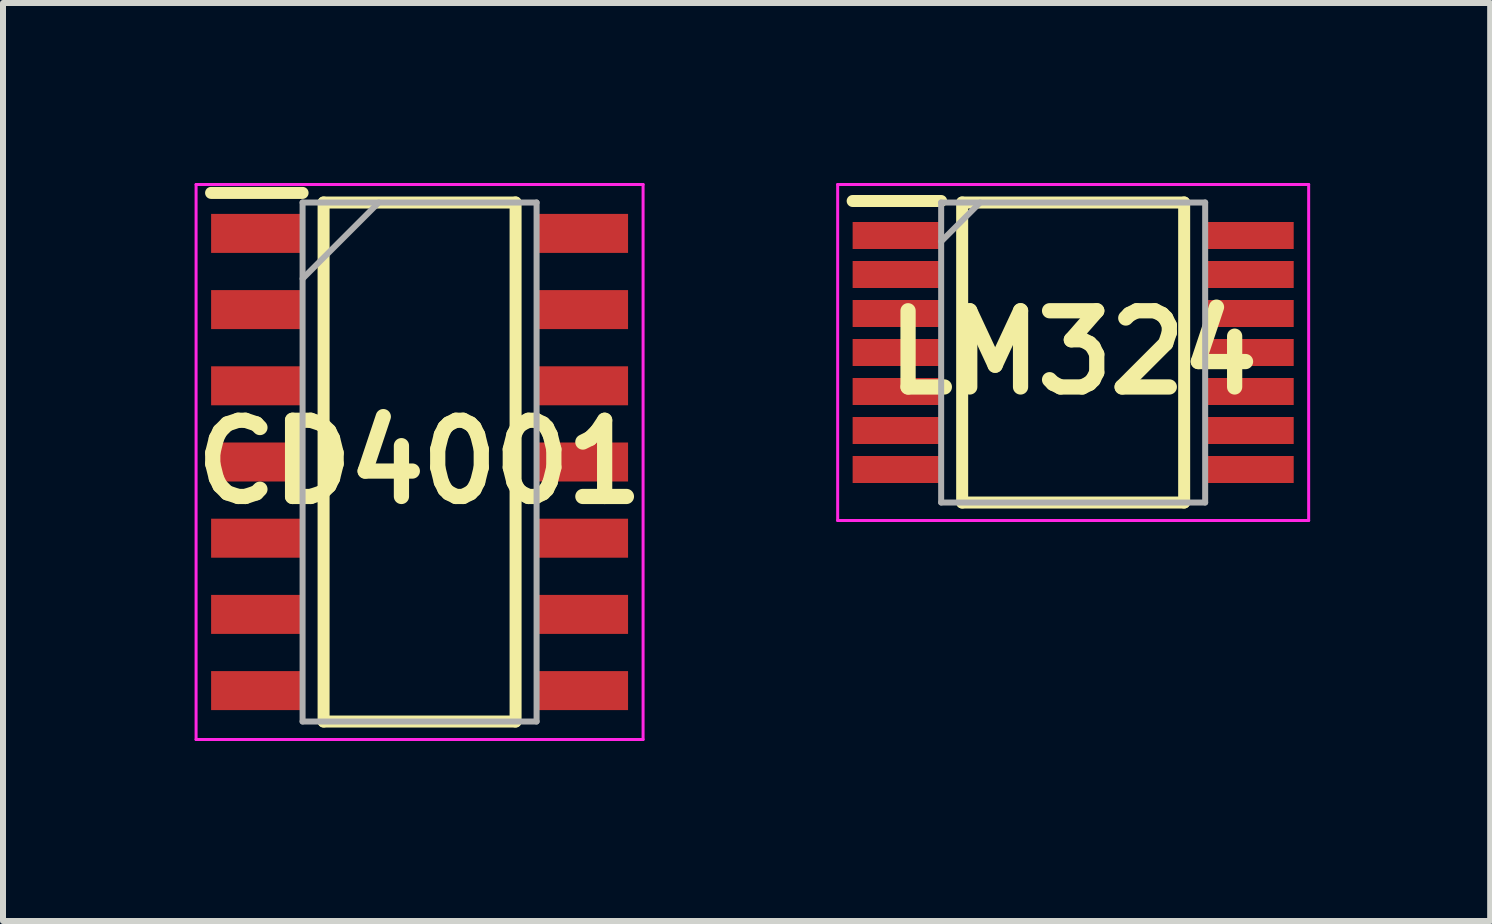
<source format=kicad_pcb>
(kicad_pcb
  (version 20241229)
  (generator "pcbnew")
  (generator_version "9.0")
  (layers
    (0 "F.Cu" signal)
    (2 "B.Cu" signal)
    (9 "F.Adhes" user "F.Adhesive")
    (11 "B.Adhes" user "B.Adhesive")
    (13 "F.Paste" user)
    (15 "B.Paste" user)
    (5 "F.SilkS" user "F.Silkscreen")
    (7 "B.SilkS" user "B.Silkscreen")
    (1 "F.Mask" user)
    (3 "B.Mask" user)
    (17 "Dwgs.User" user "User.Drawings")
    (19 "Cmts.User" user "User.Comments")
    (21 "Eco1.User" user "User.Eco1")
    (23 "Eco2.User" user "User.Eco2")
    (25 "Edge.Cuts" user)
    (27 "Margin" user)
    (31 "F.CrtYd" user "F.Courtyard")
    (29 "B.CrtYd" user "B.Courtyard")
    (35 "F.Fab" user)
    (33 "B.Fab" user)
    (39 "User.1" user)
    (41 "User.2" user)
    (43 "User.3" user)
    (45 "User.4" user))
  (footprint "CD4001"
    (layer "F.Cu")
    (at 3.943 4.65)
    (property "Reference" "CD4001" (at 0 0 0) (layer "F.SilkS") (effects (font (size 1.27 1.27) (thickness 0.254))))
    (attr smd)
    (fp_line (start -3.475 -4.485) (end -1.95 -4.485) (stroke (width 0.2) (type solid)) (layer "F.SilkS"))
    (fp_line (start -1.6 -4.325) (end 1.6 -4.325) (stroke (width 0.2) (type solid)) (layer "F.SilkS"))
    (fp_line (start -1.6 4.325) (end -1.6 -4.325) (stroke (width 0.2) (type solid)) (layer "F.SilkS"))
    (fp_line (start 1.6 -4.325) (end 1.6 4.325) (stroke (width 0.2) (type solid)) (layer "F.SilkS"))
    (fp_line (start 1.6 4.325) (end -1.6 4.325) (stroke (width 0.2) (type solid)) (layer "F.SilkS"))
    (fp_line (start -3.725 -4.625) (end 3.725 -4.625) (stroke (width 0.05) (type solid)) (layer "F.CrtYd"))
    (fp_line (start -3.725 4.625) (end -3.725 -4.625) (stroke (width 0.05) (type solid)) (layer "F.CrtYd"))
    (fp_line (start 3.725 -4.625) (end 3.725 4.625) (stroke (width 0.05) (type solid)) (layer "F.CrtYd"))
    (fp_line (start 3.725 4.625) (end -3.725 4.625) (stroke (width 0.05) (type solid)) (layer "F.CrtYd"))
    (fp_line (start -1.95 -4.325) (end 1.95 -4.325) (stroke (width 0.1) (type solid)) (layer "F.Fab"))
    (fp_line (start -1.95 -3.055) (end -0.68 -4.325) (stroke (width 0.1) (type solid)) (layer "F.Fab"))
    (fp_line (start -1.95 4.325) (end -1.95 -4.325) (stroke (width 0.1) (type solid)) (layer "F.Fab"))
    (fp_line (start 1.95 -4.325) (end 1.95 4.325) (stroke (width 0.1) (type solid)) (layer "F.Fab"))
    (fp_line (start 1.95 4.325) (end -1.95 4.325) (stroke (width 0.1) (type solid)) (layer "F.Fab"))
    (pad "1" smd rect (at -2.712 -3.81 90) (size 0.65 1.525) (layers "F.Cu" "F.Mask" "F.Paste"))
    (pad "2" smd rect (at -2.712 -2.54 90) (size 0.65 1.525) (layers "F.Cu" "F.Mask" "F.Paste"))
    (pad "3" smd rect (at -2.712 -1.27 90) (size 0.65 1.525) (layers "F.Cu" "F.Mask" "F.Paste"))
    (pad "4" smd rect (at -2.712 0 90) (size 0.65 1.525) (layers "F.Cu" "F.Mask" "F.Paste"))
    (pad "5" smd rect (at -2.712 1.27 90) (size 0.65 1.525) (layers "F.Cu" "F.Mask" "F.Paste"))
    (pad "6" smd rect (at -2.712 2.54 90) (size 0.65 1.525) (layers "F.Cu" "F.Mask" "F.Paste"))
    (pad "7" smd rect (at -2.712 3.81 90) (size 0.65 1.525) (layers "F.Cu" "F.Mask" "F.Paste"))
    (pad "8" smd rect (at 2.712 3.81 90) (size 0.65 1.525) (layers "F.Cu" "F.Mask" "F.Paste"))
    (pad "9" smd rect (at 2.712 2.54 90) (size 0.65 1.525) (layers "F.Cu" "F.Mask" "F.Paste"))
    (pad "10" smd rect (at 2.712 1.27 90) (size 0.65 1.525) (layers "F.Cu" "F.Mask" "F.Paste"))
    (pad "11" smd rect (at 2.712 0 90) (size 0.65 1.525) (layers "F.Cu" "F.Mask" "F.Paste"))
    (pad "12" smd rect (at 2.712 -1.27 90) (size 0.65 1.525) (layers "F.Cu" "F.Mask" "F.Paste"))
    (pad "13" smd rect (at 2.712 -2.54 90) (size 0.65 1.525) (layers "F.Cu" "F.Mask" "F.Paste"))
    (pad "14" smd rect (at 2.712 -3.81 90) (size 0.65 1.525) (layers "F.Cu" "F.Mask" "F.Paste")))
  (footprint "LM324"
    (layer "F.Cu")
    (at 14.836 2.825)
    (property "Reference" "LM324" (at 0 0 0) (layer "F.SilkS") (effects (font (size 1.27 1.27) (thickness 0.254))))
    (attr smd)
    (fp_line (start -3.675 -2.525) (end -2.2 -2.525) (stroke (width 0.2) (type solid)) (layer "F.SilkS"))
    (fp_line (start -1.85 -2.5) (end 1.85 -2.5) (stroke (width 0.2) (type solid)) (layer "F.SilkS"))
    (fp_line (start -1.85 2.5) (end -1.85 -2.5) (stroke (width 0.2) (type solid)) (layer "F.SilkS"))
    (fp_line (start 1.85 -2.5) (end 1.85 2.5) (stroke (width 0.2) (type solid)) (layer "F.SilkS"))
    (fp_line (start 1.85 2.5) (end -1.85 2.5) (stroke (width 0.2) (type solid)) (layer "F.SilkS"))
    (fp_line (start -3.925 -2.8) (end 3.925 -2.8) (stroke (width 0.05) (type solid)) (layer "F.CrtYd"))
    (fp_line (start -3.925 2.8) (end -3.925 -2.8) (stroke (width 0.05) (type solid)) (layer "F.CrtYd"))
    (fp_line (start 3.925 -2.8) (end 3.925 2.8) (stroke (width 0.05) (type solid)) (layer "F.CrtYd"))
    (fp_line (start 3.925 2.8) (end -3.925 2.8) (stroke (width 0.05) (type solid)) (layer "F.CrtYd"))
    (fp_line (start -2.2 -2.5) (end 2.2 -2.5) (stroke (width 0.1) (type solid)) (layer "F.Fab"))
    (fp_line (start -2.2 -1.85) (end -1.55 -2.5) (stroke (width 0.1) (type solid)) (layer "F.Fab"))
    (fp_line (start -2.2 2.5) (end -2.2 -2.5) (stroke (width 0.1) (type solid)) (layer "F.Fab"))
    (fp_line (start 2.2 -2.5) (end 2.2 2.5) (stroke (width 0.1) (type solid)) (layer "F.Fab"))
    (fp_line (start 2.2 2.5) (end -2.2 2.5) (stroke (width 0.1) (type solid)) (layer "F.Fab"))
    (pad "1" smd rect (at -2.938 -1.95 90) (size 0.45 1.475) (layers "F.Cu" "F.Mask" "F.Paste"))
    (pad "2" smd rect (at -2.938 -1.3 90) (size 0.45 1.475) (layers "F.Cu" "F.Mask" "F.Paste"))
    (pad "3" smd rect (at -2.938 -0.65 90) (size 0.45 1.475) (layers "F.Cu" "F.Mask" "F.Paste"))
    (pad "4" smd rect (at -2.938 0 90) (size 0.45 1.475) (layers "F.Cu" "F.Mask" "F.Paste"))
    (pad "5" smd rect (at -2.938 0.65 90) (size 0.45 1.475) (layers "F.Cu" "F.Mask" "F.Paste"))
    (pad "6" smd rect (at -2.938 1.3 90) (size 0.45 1.475) (layers "F.Cu" "F.Mask" "F.Paste"))
    (pad "7" smd rect (at -2.938 1.95 90) (size 0.45 1.475) (layers "F.Cu" "F.Mask" "F.Paste"))
    (pad "8" smd rect (at 2.938 1.95 90) (size 0.45 1.475) (layers "F.Cu" "F.Mask" "F.Paste"))
    (pad "9" smd rect (at 2.938 1.3 90) (size 0.45 1.475) (layers "F.Cu" "F.Mask" "F.Paste"))
    (pad "10" smd rect (at 2.938 0.65 90) (size 0.45 1.475) (layers "F.Cu" "F.Mask" "F.Paste"))
    (pad "11" smd rect (at 2.938 0 90) (size 0.45 1.475) (layers "F.Cu" "F.Mask" "F.Paste"))
    (pad "12" smd rect (at 2.938 -0.65 90) (size 0.45 1.475) (layers "F.Cu" "F.Mask" "F.Paste"))
    (pad "13" smd rect (at 2.938 -1.3 90) (size 0.45 1.475) (layers "F.Cu" "F.Mask" "F.Paste"))
    (pad "14" smd rect (at 2.938 -1.95 90) (size 0.45 1.475) (layers "F.Cu" "F.Mask" "F.Paste")))
  (gr_rect
    (start -3 -3)
    (end 21.786 12.3)
    (stroke (width 0.1) (type default))
    (fill no)
    (layer "Edge.Cuts")))
</source>
